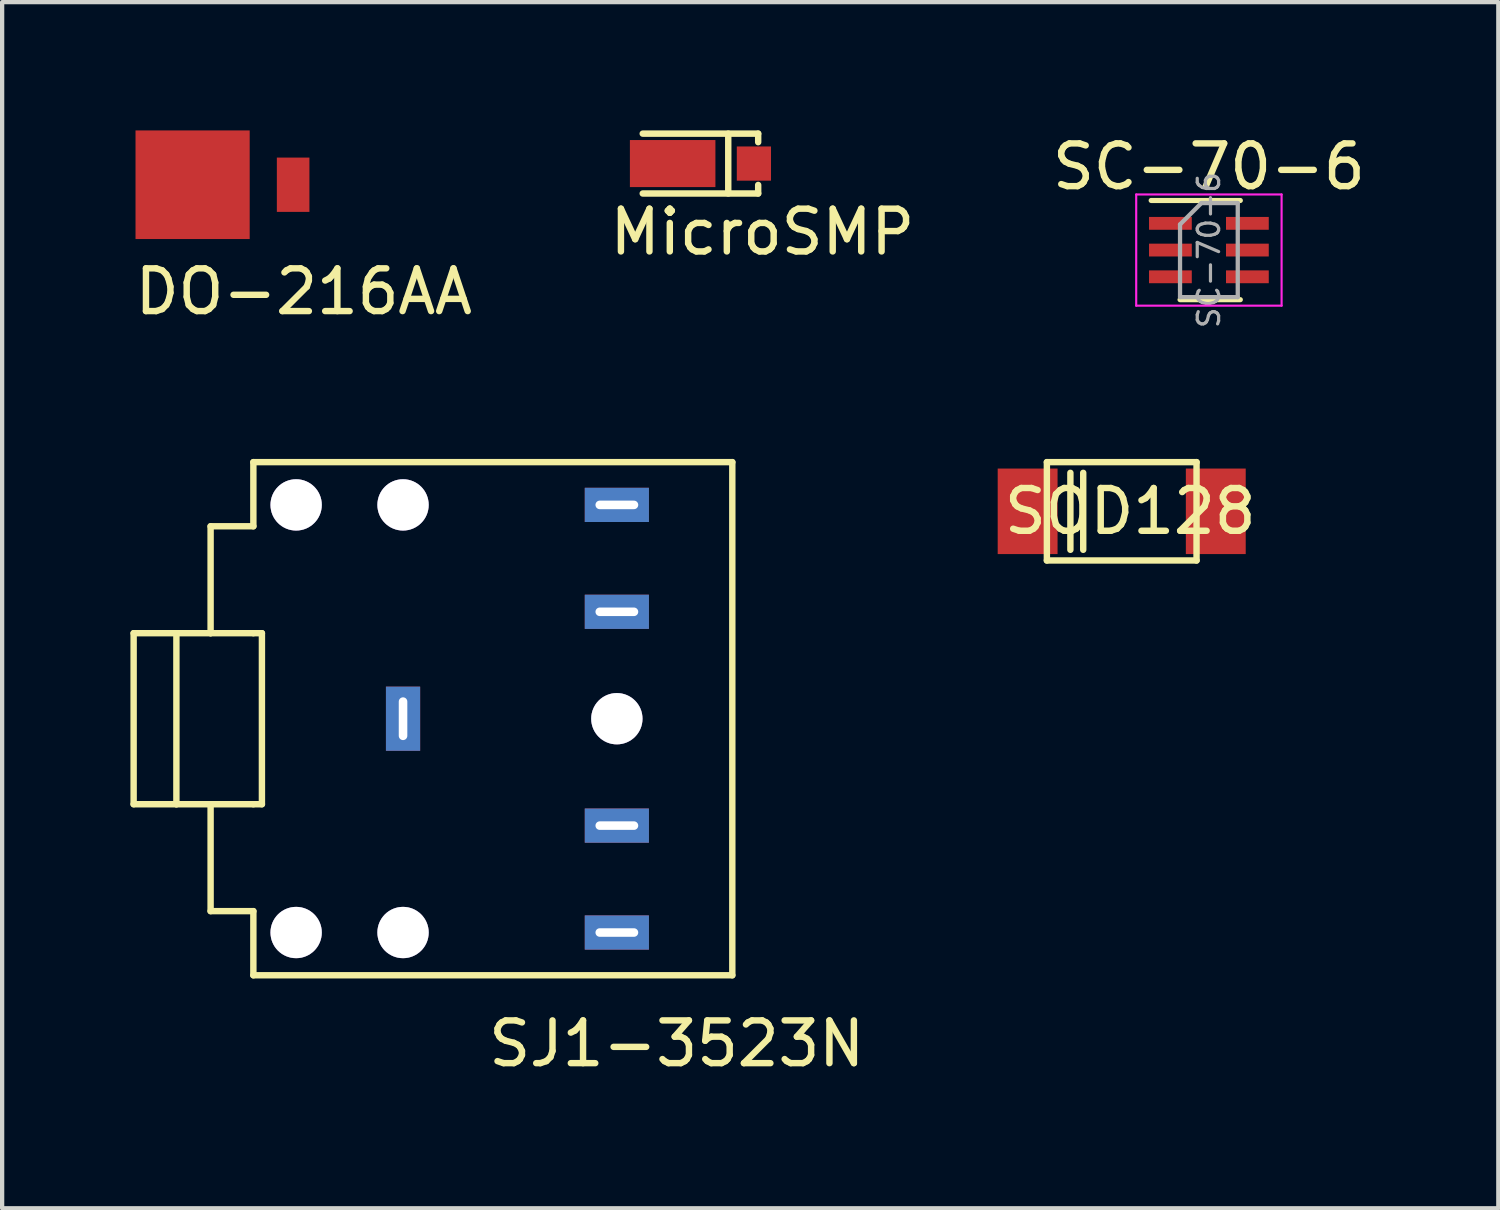
<source format=kicad_pcb>
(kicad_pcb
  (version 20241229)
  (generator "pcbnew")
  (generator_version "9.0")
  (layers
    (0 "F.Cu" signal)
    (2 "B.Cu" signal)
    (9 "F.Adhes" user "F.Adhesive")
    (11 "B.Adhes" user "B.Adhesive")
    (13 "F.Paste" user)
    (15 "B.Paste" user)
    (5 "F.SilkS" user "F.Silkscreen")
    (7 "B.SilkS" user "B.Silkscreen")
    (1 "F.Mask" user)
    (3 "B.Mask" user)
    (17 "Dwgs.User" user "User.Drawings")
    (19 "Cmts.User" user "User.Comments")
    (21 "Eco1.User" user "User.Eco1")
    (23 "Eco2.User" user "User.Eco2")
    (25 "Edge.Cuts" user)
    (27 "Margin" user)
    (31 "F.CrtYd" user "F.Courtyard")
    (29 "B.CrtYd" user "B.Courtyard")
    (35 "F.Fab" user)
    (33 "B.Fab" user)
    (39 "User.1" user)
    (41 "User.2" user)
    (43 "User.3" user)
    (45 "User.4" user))
  (footprint "SOD128"
    (layer "F.Cu")
    (at 23.181 8.907)
    (property "Reference" "SOD128" (at 0.2 0 0) (layer "F.SilkS") (effects (font (size 1 1) (thickness 0.15))))
    (attr through_hole)
    (fp_line (start -1.75 -1.15) (end -1.75 1.15) (stroke (width 0.15) (type solid)) (layer "F.SilkS"))
    (fp_line (start -1.75 1.15) (end 1.75 1.15) (stroke (width 0.15) (type solid)) (layer "F.SilkS"))
    (fp_line (start -1.2 0.9) (end -1.2 -0.9) (stroke (width 0.15) (type solid)) (layer "F.SilkS"))
    (fp_line (start -0.9 0.9) (end -0.9 -0.9) (stroke (width 0.15) (type solid)) (layer "F.SilkS"))
    (fp_line (start 1.75 -1.15) (end -1.75 -1.15) (stroke (width 0.15) (type solid)) (layer "F.SilkS"))
    (fp_line (start 1.75 1.15) (end 1.75 -1.15) (stroke (width 0.15) (type solid)) (layer "F.SilkS"))
    (pad "1" smd rect (at -2.2 0) (size 1.4 2) (layers "F.Cu" "F.Mask" "F.Paste"))
    (pad "2" smd rect (at 2.2 0) (size 1.4 2) (layers "F.Cu" "F.Mask" "F.Paste")))
  (footprint "DO-216AA"
    (layer "F.Cu")
    (at 1.454 1.27)
    (property "Reference" "DO-216AA" (at 2.6 2.5 0) (layer "F.SilkS") (effects (font (size 1 1) (thickness 0.15))))
    (attr through_hole)
    (pad "1" smd rect (at 0 0) (size 2.67 2.54) (layers "F.Cu" "F.Mask" "F.Paste"))
    (pad "2" smd rect (at 2.351 0) (size 0.762 1.27) (layers "F.Cu" "F.Mask" "F.Paste")))
  (footprint "MicroSMP"
    (layer "F.Cu")
    (at 13.38 0.775)
    (property "Reference" "MicroSMP" (at 1.4 1.6 0) (layer "F.SilkS") (effects (font (size 1 1) (thickness 0.15))))
    (attr through_hole)
    (fp_line (start -1.4 -0.7) (end 1.3 -0.7) (stroke (width 0.15) (type solid)) (layer "F.SilkS"))
    (fp_line (start -1.4 0.7) (end 1.3 0.7) (stroke (width 0.15) (type solid)) (layer "F.SilkS"))
    (fp_line (start 0.6 0.7) (end 0.6 -0.7) (stroke (width 0.15) (type solid)) (layer "F.SilkS"))
    (fp_line (start 1.3 -0.7) (end 1.3 -0.5) (stroke (width 0.15) (type solid)) (layer "F.SilkS"))
    (fp_line (start 1.3 0.7) (end 1.3 0.5) (stroke (width 0.15) (type solid)) (layer "F.SilkS"))
    (pad "1" smd rect (at 1.2 0) (size 0.8 0.8) (layers "F.Cu" "F.Mask" "F.Paste"))
    (pad "2" smd rect (at -0.7 0) (size 2 1.1) (layers "F.Cu" "F.Mask" "F.Paste")))
  (footprint "SC-70-6"
    (layer "F.Cu")
    (at 25.22 2.798)
    (property "Reference" "SC-70-6" (at 0 -1.95 0) (layer "F.SilkS") (effects (font (size 1 1) (thickness 0.15))))
    (attr smd)
    (fp_line (start -0.675 1.16) (end 0.735 1.16) (stroke (width 0.12) (type solid)) (layer "F.SilkS"))
    (fp_line (start 0.735 -1.16) (end -1.35 -1.16) (stroke (width 0.12) (type solid)) (layer "F.SilkS"))
    (fp_line (start -1.7 -1.3) (end 1.7 -1.3) (stroke (width 0.05) (type solid)) (layer "F.CrtYd"))
    (fp_line (start -1.7 1.3) (end -1.7 -1.3) (stroke (width 0.05) (type solid)) (layer "F.CrtYd"))
    (fp_line (start 1.7 -1.3) (end 1.7 1.3) (stroke (width 0.05) (type solid)) (layer "F.CrtYd"))
    (fp_line (start 1.7 1.3) (end -1.7 1.3) (stroke (width 0.05) (type solid)) (layer "F.CrtYd"))
    (fp_line (start -0.675 -0.6) (end -0.675 1.1) (stroke (width 0.1) (type solid)) (layer "F.Fab"))
    (fp_line (start -0.175 -1.1) (end -0.675 -0.6) (stroke (width 0.1) (type solid)) (layer "F.Fab"))
    (fp_line (start 0.675 -1.1) (end -0.175 -1.1) (stroke (width 0.1) (type solid)) (layer "F.Fab"))
    (fp_line (start 0.675 -1.1) (end 0.675 1.1) (stroke (width 0.1) (type solid)) (layer "F.Fab"))
    (fp_line (start 0.675 1.1) (end -0.675 1.1) (stroke (width 0.1) (type solid)) (layer "F.Fab"))
    (fp_text user "${REFERENCE}" (at 0 0 90) (layer "F.Fab") (effects (font (size 0.5 0.5) (thickness 0.075))))
    (pad "1" smd rect (at -0.9 -0.625 270) (size 0.3 1) (layers "F.Cu" "F.Mask" "F.Paste"))
    (pad "2" smd rect (at -0.9 0 270) (size 0.3 1) (layers "F.Cu" "F.Mask" "F.Paste"))
    (pad "3" smd rect (at -0.9 0.625 270) (size 0.3 1) (layers "F.Cu" "F.Mask" "F.Paste"))
    (pad "4" smd rect (at 0.9 0.625 270) (size 0.3 1) (layers "F.Cu" "F.Mask" "F.Paste"))
    (pad "5" smd rect (at 0.9 0 270) (size 0.3 1) (layers "F.Cu" "F.Mask" "F.Paste"))
    (pad "6" smd rect (at 0.9 -0.625 270) (size 0.3 1) (layers "F.Cu" "F.Mask" "F.Paste")))
  (footprint "SJ1-3523N"
    (layer "F.Cu")
    (at 11.375 13.757)
    (property "Reference" "SJ1-3523N" (at 1.4 7.6 0) (layer "F.SilkS") (effects (font (size 1 1) (thickness 0.15))))
    (attr through_hole)
    (fp_line (start -11.3 -2) (end -11.3 2) (stroke (width 0.15) (type solid)) (layer "F.SilkS"))
    (fp_line (start -11.3 -2) (end -10.3 -2) (stroke (width 0.15) (type solid)) (layer "F.SilkS"))
    (fp_line (start -11.3 2) (end -10.3 2) (stroke (width 0.15) (type solid)) (layer "F.SilkS"))
    (fp_line (start -10.3 -2) (end -10.3 2) (stroke (width 0.15) (type solid)) (layer "F.SilkS"))
    (fp_line (start -10.3 2) (end -9.5 2) (stroke (width 0.15) (type solid)) (layer "F.SilkS"))
    (fp_line (start -9.5 -4.5) (end -9.5 -2) (stroke (width 0.15) (type solid)) (layer "F.SilkS"))
    (fp_line (start -9.5 -2) (end -10.3 -2) (stroke (width 0.15) (type solid)) (layer "F.SilkS"))
    (fp_line (start -9.5 -2) (end -8.5 -2) (stroke (width 0.15) (type solid)) (layer "F.SilkS"))
    (fp_line (start -9.5 2) (end -8.5 2) (stroke (width 0.15) (type solid)) (layer "F.SilkS"))
    (fp_line (start -9.5 4.5) (end -9.5 2) (stroke (width 0.15) (type solid)) (layer "F.SilkS"))
    (fp_line (start -8.5 -6) (end -8.5 -4.5) (stroke (width 0.15) (type solid)) (layer "F.SilkS"))
    (fp_line (start -8.5 -4.5) (end -9.5 -4.5) (stroke (width 0.15) (type solid)) (layer "F.SilkS"))
    (fp_line (start -8.5 2) (end -8.3 2) (stroke (width 0.15) (type solid)) (layer "F.SilkS"))
    (fp_line (start -8.5 4.5) (end -9.5 4.5) (stroke (width 0.15) (type solid)) (layer "F.SilkS"))
    (fp_line (start -8.5 6) (end -8.5 4.5) (stroke (width 0.15) (type solid)) (layer "F.SilkS"))
    (fp_line (start -8.5 6) (end 2.7 6) (stroke (width 0.15) (type solid)) (layer "F.SilkS"))
    (fp_line (start -8.3 -2) (end -8.5 -2) (stroke (width 0.15) (type solid)) (layer "F.SilkS"))
    (fp_line (start -8.3 2) (end -8.3 -2) (stroke (width 0.15) (type solid)) (layer "F.SilkS"))
    (fp_line (start 2.7 -6) (end -8.5 -6) (stroke (width 0.15) (type solid)) (layer "F.SilkS"))
    (fp_line (start 2.7 -6) (end 2.7 6) (stroke (width 0.15) (type solid)) (layer "F.SilkS"))
    (pad "" thru_hole circle (at -7.5 -5) (size 1.2 1.2) (drill 1.2) (layers "*.Cu" "*.Mask"))
    (pad "" thru_hole circle (at -7.5 5) (size 1.2 1.2) (drill 1.2) (layers "*.Cu" "*.Mask"))
    (pad "" thru_hole circle (at -5 -5) (size 1.2 1.2) (drill 1.2) (layers "*.Cu" "*.Mask"))
    (pad "" thru_hole circle (at -5 5) (size 1.2 1.2) (drill 1.2) (layers "*.Cu" "*.Mask"))
    (pad "" thru_hole circle (at 0 0) (size 1.2 1.2) (drill 1.2) (layers "*.Cu" "*.Mask"))
    (pad "1" thru_hole rect (at -5 0) (size 0.8 1.5) (drill oval 0.2 1) (layers "*.Cu" "*.Mask"))
    (pad "2" thru_hole rect (at 0 5) (size 1.5 0.8) (drill oval 1 0.2) (layers "*.Cu" "*.Mask"))
    (pad "3" thru_hole rect (at 0 -5) (size 1.5 0.8) (drill oval 1 0.2) (layers "*.Cu" "*.Mask"))
    (pad "4" thru_hole rect (at 0 2.5) (size 1.5 0.8) (drill oval 1 0.2) (layers "*.Cu" "*.Mask"))
    (pad "5" thru_hole rect (at 0 -2.5) (size 1.5 0.8) (drill oval 1 0.2) (layers "*.Cu" "*.Mask")))
  (gr_rect
    (start -3 -3)
    (end 31.988 25.205)
    (stroke (width 0.1) (type default))
    (fill no)
    (layer "Edge.Cuts")))
</source>
